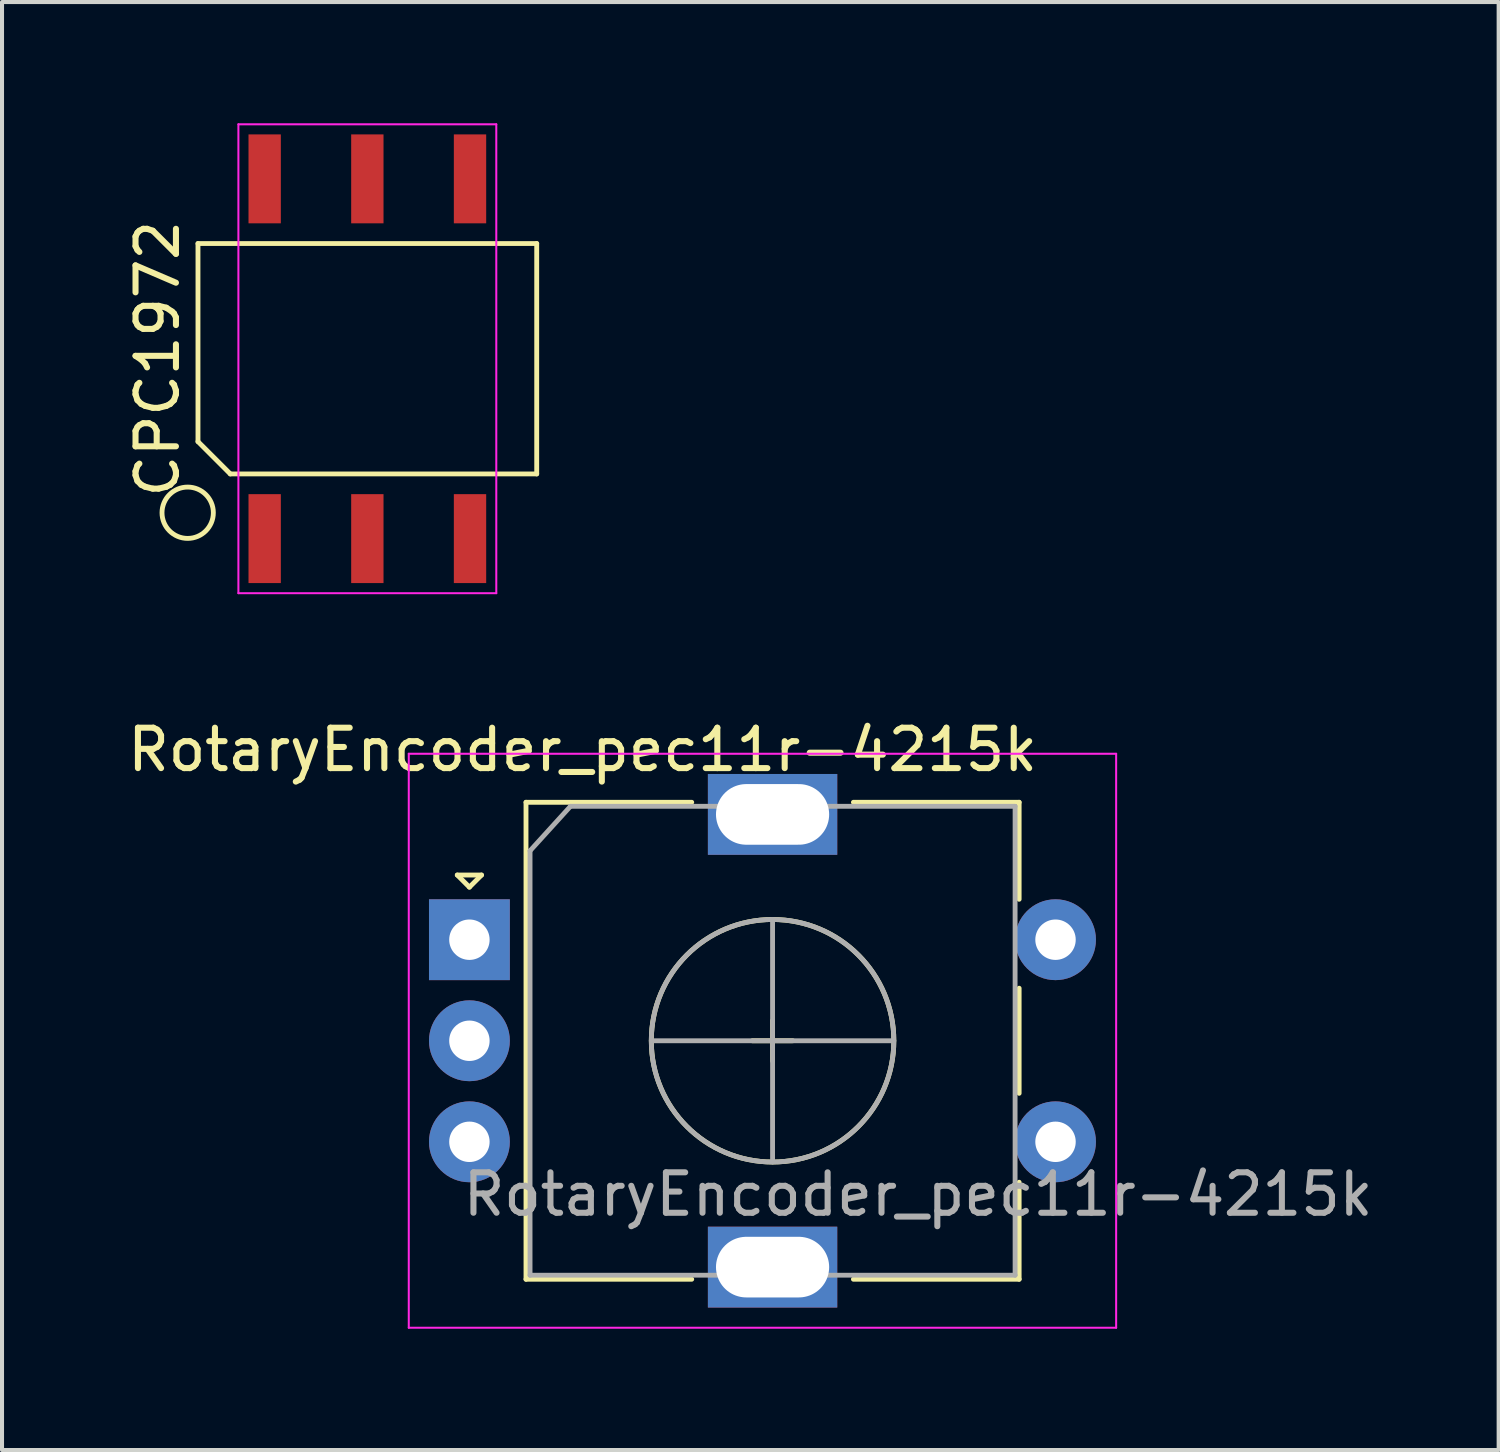
<source format=kicad_pcb>
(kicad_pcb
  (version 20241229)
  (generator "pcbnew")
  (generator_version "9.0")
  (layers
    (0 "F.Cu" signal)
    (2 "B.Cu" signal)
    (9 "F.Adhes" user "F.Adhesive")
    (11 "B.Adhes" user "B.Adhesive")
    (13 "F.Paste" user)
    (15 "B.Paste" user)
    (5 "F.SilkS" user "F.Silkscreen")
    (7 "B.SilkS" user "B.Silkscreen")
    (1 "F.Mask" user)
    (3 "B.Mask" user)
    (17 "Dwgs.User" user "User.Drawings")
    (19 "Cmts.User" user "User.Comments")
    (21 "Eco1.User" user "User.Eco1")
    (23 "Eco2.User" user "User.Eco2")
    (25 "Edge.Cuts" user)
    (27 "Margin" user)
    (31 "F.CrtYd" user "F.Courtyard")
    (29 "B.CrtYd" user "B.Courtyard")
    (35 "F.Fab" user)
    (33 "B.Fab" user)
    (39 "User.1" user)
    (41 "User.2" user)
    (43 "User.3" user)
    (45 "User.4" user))
  (footprint "RotaryEncoder_pec11r-4215k"
    (layer "F.Cu")
    (at 8.563 20.198)
    (property "Reference" "RotaryEncoder_pec11r-4215k" (at 2.8 -4.7 0) (layer "F.SilkS") (effects (font (size 1 1) (thickness 0.15))))
    (attr through_hole)
    (fp_line (start -0.3 -1.6) (end 0.3 -1.6) (stroke (width 0.12) (type solid)) (layer "F.SilkS"))
    (fp_line (start 0 -1.3) (end -0.3 -1.6) (stroke (width 0.12) (type solid)) (layer "F.SilkS"))
    (fp_line (start 0.3 -1.6) (end 0 -1.3) (stroke (width 0.12) (type solid)) (layer "F.SilkS"))
    (fp_line (start 1.4 -3.4) (end 1.4 8.4) (stroke (width 0.12) (type solid)) (layer "F.SilkS"))
    (fp_line (start 5.5 -3.4) (end 1.4 -3.4) (stroke (width 0.12) (type solid)) (layer "F.SilkS"))
    (fp_line (start 5.5 8.4) (end 1.4 8.4) (stroke (width 0.12) (type solid)) (layer "F.SilkS"))
    (fp_line (start 7 2.5) (end 8 2.5) (stroke (width 0.12) (type solid)) (layer "F.SilkS"))
    (fp_line (start 7.5 2) (end 7.5 3) (stroke (width 0.12) (type solid)) (layer "F.SilkS"))
    (fp_line (start 9.5 -3.4) (end 13.6 -3.4) (stroke (width 0.12) (type solid)) (layer "F.SilkS"))
    (fp_line (start 13.6 -3.4) (end 13.6 -1) (stroke (width 0.12) (type solid)) (layer "F.SilkS"))
    (fp_line (start 13.6 1.2) (end 13.6 3.8) (stroke (width 0.12) (type solid)) (layer "F.SilkS"))
    (fp_line (start 13.6 6) (end 13.6 8.4) (stroke (width 0.12) (type solid)) (layer "F.SilkS"))
    (fp_line (start 13.6 8.4) (end 9.5 8.4) (stroke (width 0.12) (type solid)) (layer "F.SilkS"))
    (fp_circle (center 7.5 2.5) (end 10.5 2.5) (stroke (width 0.12) (type solid)) (fill no) (layer "F.SilkS"))
    (fp_line (start -1.5 -4.6) (end -1.5 9.6) (stroke (width 0.05) (type solid)) (layer "F.CrtYd"))
    (fp_line (start -1.5 -4.6) (end 16 -4.6) (stroke (width 0.05) (type solid)) (layer "F.CrtYd"))
    (fp_line (start 16 9.6) (end -1.5 9.6) (stroke (width 0.05) (type solid)) (layer "F.CrtYd"))
    (fp_line (start 16 9.6) (end 16 -4.6) (stroke (width 0.05) (type solid)) (layer "F.CrtYd"))
    (fp_line (start 1.5 -2.2) (end 2.5 -3.3) (stroke (width 0.12) (type solid)) (layer "F.Fab"))
    (fp_line (start 1.5 8.3) (end 1.5 -2.2) (stroke (width 0.12) (type solid)) (layer "F.Fab"))
    (fp_line (start 2.5 -3.3) (end 13.5 -3.3) (stroke (width 0.12) (type solid)) (layer "F.Fab"))
    (fp_line (start 4.5 2.5) (end 10.5 2.5) (stroke (width 0.12) (type solid)) (layer "F.Fab"))
    (fp_line (start 7.5 -0.5) (end 7.5 5.5) (stroke (width 0.12) (type solid)) (layer "F.Fab"))
    (fp_line (start 13.5 -3.3) (end 13.5 8.3) (stroke (width 0.12) (type solid)) (layer "F.Fab"))
    (fp_line (start 13.5 8.3) (end 1.5 8.3) (stroke (width 0.12) (type solid)) (layer "F.Fab"))
    (fp_circle (center 7.5 2.5) (end 10.5 2.5) (stroke (width 0.12) (type solid)) (fill no) (layer "F.Fab"))
    (fp_text user "${REFERENCE}" (at 11.1 6.3 0) (layer "F.Fab") (effects (font (size 1 1) (thickness 0.15))))
    (pad "A" thru_hole rect (at 0 0) (size 2 2) (drill 1) (layers "*.Cu" "*.Mask"))
    (pad "B" thru_hole circle (at 0 5) (size 2 2) (drill 1) (layers "*.Cu" "*.Mask"))
    (pad "C" thru_hole circle (at 0 2.5) (size 2 2) (drill 1) (layers "*.Cu" "*.Mask"))
    (pad "MP" thru_hole rect (at 7.5 -3.1) (size 3.2 2) (drill oval 2.8 1.5) (layers "*.Cu" "*.Mask"))
    (pad "MP" thru_hole rect (at 7.5 8.1) (size 3.2 2) (drill oval 2.8 1.5) (layers "*.Cu" "*.Mask"))
    (pad "S1" thru_hole circle (at 14.5 5) (size 2 2) (drill 1) (layers "*.Cu" "*.Mask"))
    (pad "S2" thru_hole circle (at 14.5 0) (size 2 2) (drill 1) (layers "*.Cu" "*.Mask")))
  (footprint "CPC1972"
    (layer "F.Cu")
    (at 6.038 5.825)
    (property "Reference" "CPC1972" (at -5.19 0 90) (layer "F.SilkS") (effects (font (size 1 1) (thickness 0.15))))
    (attr smd)
    (fp_line (start -4.19 -2.85) (end 4.19 -2.85) (stroke (width 0.12) (type solid)) (layer "F.SilkS"))
    (fp_line (start -4.19 2.05) (end -4.19 -2.85) (stroke (width 0.12) (type solid)) (layer "F.SilkS"))
    (fp_line (start -3.39 2.85) (end -4.19 2.05) (stroke (width 0.12) (type solid)) (layer "F.SilkS"))
    (fp_line (start 4.19 -2.85) (end 4.19 2.85) (stroke (width 0.12) (type solid)) (layer "F.SilkS"))
    (fp_line (start 4.19 2.85) (end -3.39 2.85) (stroke (width 0.12) (type solid)) (layer "F.SilkS"))
    (fp_circle (center -4.445 3.81) (end -3.81 3.81) (stroke (width 0.12) (type solid)) (fill no) (layer "F.SilkS"))
    (fp_line (start -3.19 -5.8) (end 3.19 -5.8) (stroke (width 0.05) (type solid)) (layer "F.CrtYd"))
    (fp_line (start -3.19 5.8) (end -3.19 -5.8) (stroke (width 0.05) (type solid)) (layer "F.CrtYd"))
    (fp_line (start 3.19 -5.8) (end 3.19 5.8) (stroke (width 0.05) (type solid)) (layer "F.CrtYd"))
    (fp_line (start 3.19 5.8) (end -3.19 5.8) (stroke (width 0.05) (type solid)) (layer "F.CrtYd"))
    (pad "1" smd rect (at -2.54 4.45) (size 0.8 2.2) (layers "F.Cu" "F.Mask" "F.Paste"))
    (pad "2" smd rect (at 0 4.45) (size 0.8 2.2) (layers "F.Cu" "F.Mask" "F.Paste"))
    (pad "3" smd rect (at 2.54 4.45) (size 0.8 2.2) (layers "F.Cu" "F.Mask" "F.Paste"))
    (pad "4" smd rect (at 2.54 -4.45) (size 0.8 2.2) (layers "F.Cu" "F.Mask" "F.Paste"))
    (pad "5" smd rect (at 0 -4.45) (size 0.8 2.2) (layers "F.Cu" "F.Mask" "F.Paste"))
    (pad "6" smd rect (at -2.54 -4.45) (size 0.8 2.2) (layers "F.Cu" "F.Mask" "F.Paste")))
  (gr_rect
    (start -3 -3)
    (end 34.026 32.823)
    (stroke (width 0.1) (type default))
    (fill no)
    (layer "Edge.Cuts")))
</source>
